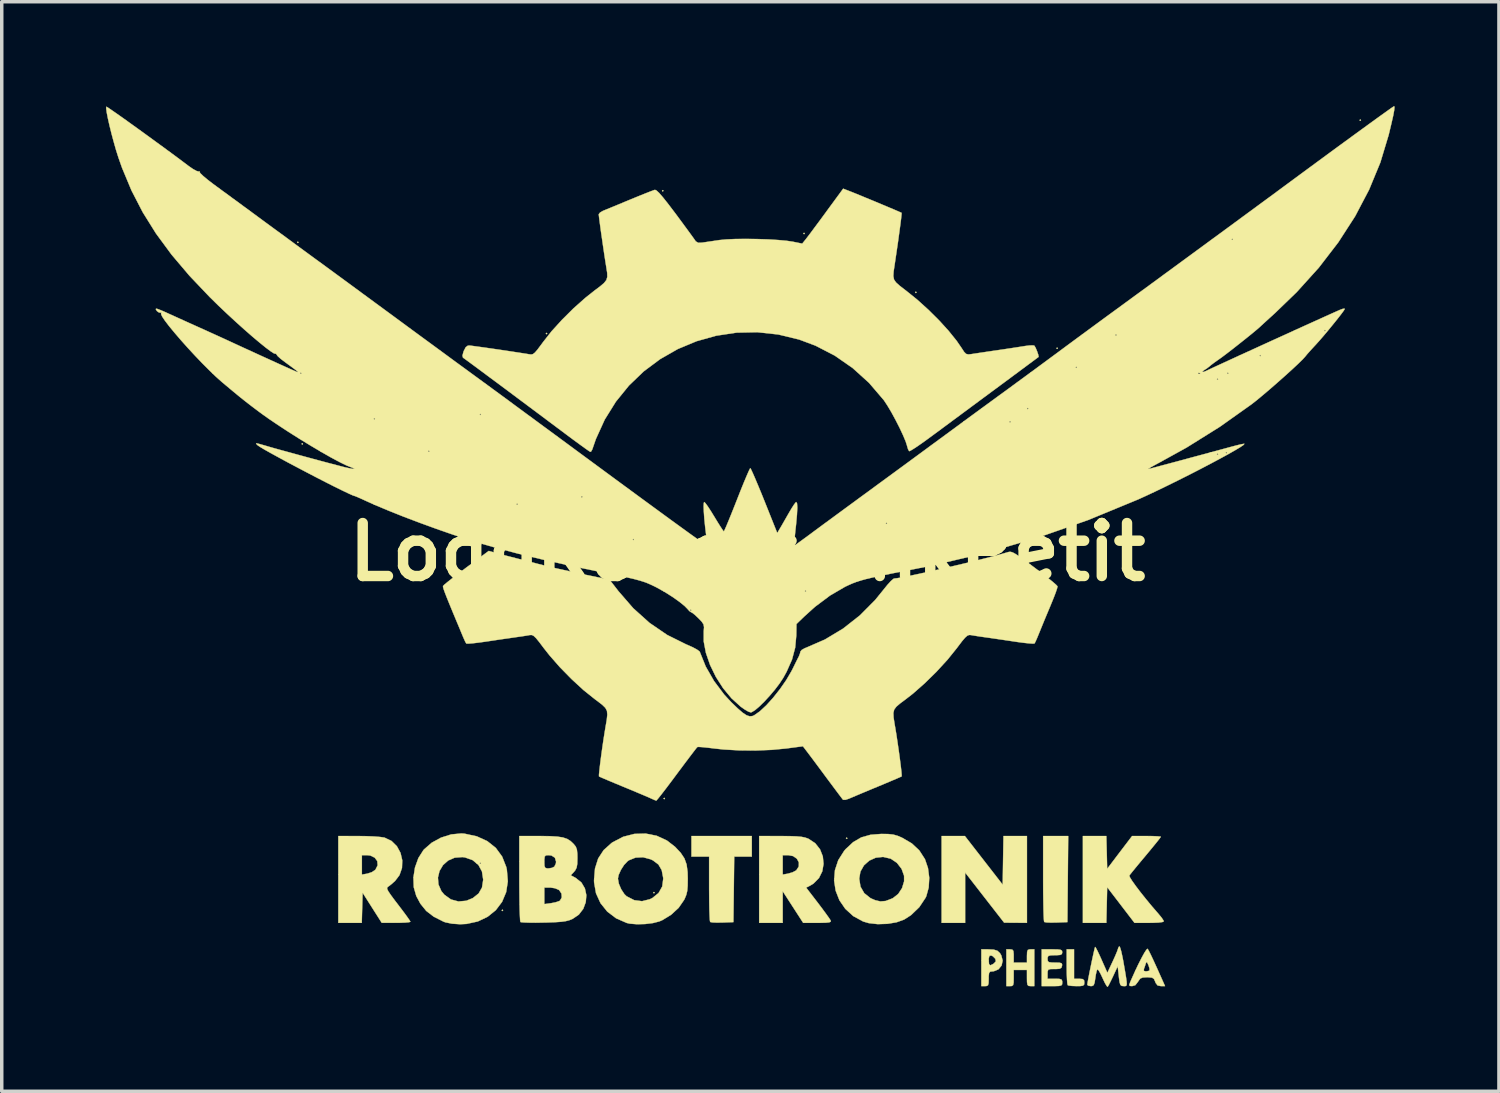
<source format=kicad_pcb>
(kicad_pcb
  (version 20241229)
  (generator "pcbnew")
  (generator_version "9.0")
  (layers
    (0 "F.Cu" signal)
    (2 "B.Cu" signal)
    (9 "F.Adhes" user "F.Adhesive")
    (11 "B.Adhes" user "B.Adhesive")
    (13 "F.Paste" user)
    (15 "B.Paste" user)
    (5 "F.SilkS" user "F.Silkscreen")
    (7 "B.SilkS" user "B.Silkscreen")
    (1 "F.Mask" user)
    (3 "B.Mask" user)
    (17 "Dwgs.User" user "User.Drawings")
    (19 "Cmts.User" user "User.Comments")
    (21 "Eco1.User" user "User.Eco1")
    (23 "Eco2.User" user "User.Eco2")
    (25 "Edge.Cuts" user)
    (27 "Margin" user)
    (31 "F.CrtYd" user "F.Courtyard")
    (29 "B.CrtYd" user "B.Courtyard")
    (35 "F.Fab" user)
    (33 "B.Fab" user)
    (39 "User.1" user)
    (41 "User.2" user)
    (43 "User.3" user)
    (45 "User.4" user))
  (footprint "LogoRobotronikPetit"
    (layer "F.Cu")
    (at 18.452 12.832)
    (property "Reference" "LogoRobotronikPetit" (at 0 0 0) (layer "F.SilkS") (effects (font (size 1.524 1.524) (thickness 0.3))))
    (attr through_hole)
    (fp_poly (pts (xy -12.912 -8.911) (xy -12.933 -8.89) (xy -12.954 -8.911) (xy -12.933 -8.932) (xy -12.912 -8.911)) (stroke (width 0.01) (type solid)) (fill yes) (layer "F.SilkS"))
    (fp_poly (pts (xy -12.785 -3.111) (xy -12.806 -3.09) (xy -12.827 -3.111) (xy -12.806 -3.133) (xy -12.785 -3.111)) (stroke (width 0.01) (type solid)) (fill yes) (layer "F.SilkS"))
    (fp_poly (pts (xy -7.027 10.308) (xy -7.048 10.329) (xy -7.07 10.308) (xy -7.048 10.287) (xy -7.027 10.308)) (stroke (width 0.01) (type solid)) (fill yes) (layer "F.SilkS"))
    (fp_poly (pts (xy -5.757 -6.287) (xy -5.779 -6.265) (xy -5.8 -6.287) (xy -5.779 -6.308) (xy -5.757 -6.287)) (stroke (width 0.01) (type solid)) (fill yes) (layer "F.SilkS"))
    (fp_poly (pts (xy -2.667 9.8) (xy -2.688 9.821) (xy -2.709 9.8) (xy -2.688 9.779) (xy -2.667 9.8)) (stroke (width 0.01) (type solid)) (fill yes) (layer "F.SilkS"))
    (fp_poly (pts (xy -2.413 -10.393) (xy -2.434 -10.372) (xy -2.455 -10.393) (xy -2.434 -10.414) (xy -2.413 -10.393)) (stroke (width 0.01) (type solid)) (fill yes) (layer "F.SilkS"))
    (fp_poly (pts (xy -2.371 7.091) (xy -2.392 7.112) (xy -2.413 7.091) (xy -2.392 7.07) (xy -2.371 7.091)) (stroke (width 0.01) (type solid)) (fill yes) (layer "F.SilkS"))
    (fp_poly (pts (xy 1.651 -9.165) (xy 1.63 -9.144) (xy 1.609 -9.165) (xy 1.63 -9.186) (xy 1.651 -9.165)) (stroke (width 0.01) (type solid)) (fill yes) (layer "F.SilkS"))
    (fp_poly (pts (xy 2.879 8.234) (xy 2.857 8.255) (xy 2.836 8.234) (xy 2.857 8.213) (xy 2.879 8.234)) (stroke (width 0.01) (type solid)) (fill yes) (layer "F.SilkS"))
    (fp_poly (pts (xy 4.868 -7.472) (xy 4.847 -7.451) (xy 4.826 -7.472) (xy 4.847 -7.493) (xy 4.868 -7.472)) (stroke (width 0.01) (type solid)) (fill yes) (layer "F.SilkS"))
    (fp_poly (pts (xy 8.932 -5.863) (xy 8.911 -5.842) (xy 8.89 -5.863) (xy 8.911 -5.884) (xy 8.932 -5.863)) (stroke (width 0.01) (type solid)) (fill yes) (layer "F.SilkS"))
    (fp_poly (pts (xy 17.653 -12.425) (xy 17.632 -12.404) (xy 17.611 -12.425) (xy 17.632 -12.446) (xy 17.653 -12.425)) (stroke (width 0.01) (type solid)) (fill yes) (layer "F.SilkS"))
    (fp_poly (pts (xy 6.801 8.87) (xy 7.345 9.57) (xy 7.356 8.87) (xy 7.368 8.17) (xy 8.043 8.17) (xy 8.043 10.668) (xy 7.715 10.665) (xy 7.387 10.663) (xy 6.826 9.942) (xy 6.265 9.22) (xy 6.265 10.668) (xy 5.588 10.668) (xy 5.588 8.17) (xy 6.257 8.17) (xy 6.801 8.87)) (stroke (width 0.01) (type solid)) (fill yes) (layer "F.SilkS"))
    (fp_poly (pts (xy 9.207 10.647) (xy 8.888 10.659) (xy 8.731 10.661) (xy 8.608 10.656) (xy 8.542 10.644) (xy 8.539 10.641) (xy 8.531 10.593) (xy 8.524 10.471) (xy 8.518 10.286) (xy 8.514 10.049) (xy 8.51 9.771) (xy 8.509 9.462) (xy 8.509 9.391) (xy 8.509 8.17) (xy 9.23 8.17) (xy 9.207 10.647)) (stroke (width 0.01) (type solid)) (fill yes) (layer "F.SilkS"))
    (fp_poly (pts (xy 0.127 8.763) (xy -0.379 8.763) (xy -0.402 10.647) (xy -0.722 10.659) (xy -0.879 10.661) (xy -1.002 10.656) (xy -1.067 10.644) (xy -1.071 10.641) (xy -1.08 10.592) (xy -1.087 10.471) (xy -1.094 10.29) (xy -1.098 10.063) (xy -1.1 9.801) (xy -1.101 9.687) (xy -1.101 8.763) (xy -1.609 8.763) (xy -1.609 8.17) (xy 0.127 8.17) (xy 0.127 8.763)) (stroke (width 0.01) (type solid)) (fill yes) (layer "F.SilkS"))
    (fp_poly (pts (xy 9.398 12.277) (xy 9.546 12.277) (xy 9.646 12.285) (xy 9.687 12.32) (xy 9.694 12.383) (xy 9.688 12.444) (xy 9.655 12.475) (xy 9.575 12.487) (xy 9.469 12.488) (xy 9.337 12.483) (xy 9.242 12.471) (xy 9.215 12.46) (xy 9.204 12.409) (xy 9.195 12.291) (xy 9.188 12.124) (xy 9.186 11.931) (xy 9.186 11.43) (xy 9.398 11.43) (xy 9.398 12.277)) (stroke (width 0.01) (type solid)) (fill yes) (layer "F.SilkS"))
    (fp_poly (pts (xy 7.622 11.438) (xy 7.653 11.477) (xy 7.662 11.569) (xy 7.662 11.62) (xy 7.662 11.811) (xy 8.043 11.811) (xy 8.043 11.62) (xy 8.048 11.503) (xy 8.069 11.447) (xy 8.121 11.431) (xy 8.149 11.43) (xy 8.255 11.43) (xy 8.255 12.488) (xy 8.149 12.488) (xy 8.089 12.482) (xy 8.057 12.45) (xy 8.045 12.372) (xy 8.043 12.255) (xy 8.043 12.023) (xy 7.662 12.023) (xy 7.662 12.255) (xy 7.66 12.389) (xy 7.645 12.458) (xy 7.609 12.485) (xy 7.556 12.488) (xy 7.451 12.488) (xy 7.451 11.43) (xy 7.556 11.43) (xy 7.622 11.438)) (stroke (width 0.01) (type solid)) (fill yes) (layer "F.SilkS"))
    (fp_poly (pts (xy 7.085 11.438) (xy 7.193 11.471) (xy 7.266 11.539) (xy 7.305 11.604) (xy 7.344 11.756) (xy 7.313 11.896) (xy 7.224 12.005) (xy 7.089 12.061) (xy 7.039 12.065) (xy 6.982 12.073) (xy 6.953 12.113) (xy 6.943 12.205) (xy 6.943 12.277) (xy 6.939 12.402) (xy 6.922 12.465) (xy 6.879 12.486) (xy 6.837 12.488) (xy 6.731 12.488) (xy 6.731 11.744) (xy 6.943 11.744) (xy 6.952 11.855) (xy 6.988 11.89) (xy 7.063 11.856) (xy 7.093 11.835) (xy 7.149 11.774) (xy 7.134 11.706) (xy 7.129 11.697) (xy 7.059 11.627) (xy 7.012 11.607) (xy 6.964 11.617) (xy 6.945 11.684) (xy 6.943 11.744) (xy 6.731 11.744) (xy 6.731 11.43) (xy 6.918 11.43) (xy 7.085 11.438)) (stroke (width 0.01) (type solid)) (fill yes) (layer "F.SilkS"))
    (fp_poly (pts (xy 10.339 8.642) (xy 10.351 9.114) (xy 10.709 8.642) (xy 11.068 8.17) (xy 11.482 8.17) (xy 11.657 8.172) (xy 11.796 8.178) (xy 11.88 8.186) (xy 11.896 8.191) (xy 11.87 8.229) (xy 11.799 8.32) (xy 11.691 8.453) (xy 11.556 8.617) (xy 11.458 8.735) (xy 11.307 8.915) (xy 11.175 9.075) (xy 11.071 9.202) (xy 11.006 9.284) (xy 10.989 9.307) (xy 11.004 9.356) (xy 11.067 9.458) (xy 11.171 9.604) (xy 11.307 9.783) (xy 11.467 9.984) (xy 11.645 10.199) (xy 11.832 10.415) (xy 11.84 10.425) (xy 11.921 10.524) (xy 11.972 10.602) (xy 11.98 10.626) (xy 11.94 10.645) (xy 11.828 10.66) (xy 11.656 10.667) (xy 11.559 10.668) (xy 11.137 10.668) (xy 10.744 10.155) (xy 10.351 9.642) (xy 10.339 10.155) (xy 10.327 10.668) (xy 9.652 10.668) (xy 9.652 8.17) (xy 10.327 8.17) (xy 10.339 8.642)) (stroke (width 0.01) (type solid)) (fill yes) (layer "F.SilkS"))
    (fp_poly (pts (xy 8.919 11.432) (xy 9.008 11.443) (xy 9.049 11.466) (xy 9.059 11.508) (xy 9.059 11.515) (xy 9.048 11.565) (xy 9.001 11.591) (xy 8.897 11.599) (xy 8.848 11.599) (xy 8.722 11.603) (xy 8.659 11.62) (xy 8.638 11.663) (xy 8.636 11.705) (xy 8.643 11.768) (xy 8.677 11.799) (xy 8.761 11.81) (xy 8.851 11.811) (xy 8.977 11.814) (xy 9.038 11.83) (xy 9.055 11.868) (xy 9.052 11.905) (xy 9.033 11.962) (xy 8.982 11.989) (xy 8.876 11.997) (xy 8.837 11.996) (xy 8.716 11.998) (xy 8.657 12.016) (xy 8.638 12.066) (xy 8.636 12.135) (xy 8.636 12.277) (xy 8.848 12.277) (xy 8.973 12.28) (xy 9.036 12.298) (xy 9.057 12.34) (xy 9.059 12.383) (xy 9.055 12.438) (xy 9.03 12.469) (xy 8.965 12.484) (xy 8.842 12.488) (xy 8.763 12.488) (xy 8.467 12.488) (xy 8.467 11.43) (xy 8.763 11.43) (xy 8.919 11.432)) (stroke (width 0.01) (type solid)) (fill yes) (layer "F.SilkS"))
    (fp_poly (pts (xy 0.963 8.171) (xy 1.223 8.173) (xy 1.414 8.18) (xy 1.554 8.193) (xy 1.659 8.214) (xy 1.746 8.244) (xy 1.76 8.251) (xy 1.953 8.379) (xy 2.09 8.553) (xy 2.17 8.756) (xy 2.191 8.972) (xy 2.155 9.185) (xy 2.059 9.379) (xy 1.903 9.537) (xy 1.814 9.592) (xy 1.691 9.655) (xy 2.034 10.101) (xy 2.163 10.272) (xy 2.273 10.422) (xy 2.355 10.537) (xy 2.396 10.602) (xy 2.399 10.607) (xy 2.396 10.636) (xy 2.353 10.654) (xy 2.256 10.664) (xy 2.093 10.668) (xy 2.014 10.668) (xy 1.605 10.668) (xy 1.016 9.758) (xy 1.016 10.668) (xy 0.339 10.668) (xy 0.339 8.721) (xy 1.016 8.721) (xy 1.016 9.28) (xy 1.175 9.251) (xy 1.301 9.214) (xy 1.399 9.162) (xy 1.408 9.155) (xy 1.479 9.046) (xy 1.481 8.928) (xy 1.423 8.822) (xy 1.315 8.747) (xy 1.179 8.721) (xy 1.016 8.721) (xy 0.339 8.721) (xy 0.339 8.17) (xy 0.963 8.171)) (stroke (width 0.01) (type solid)) (fill yes) (layer "F.SilkS"))
    (fp_poly (pts (xy 11.515 11.414) (xy 11.545 11.465) (xy 11.602 11.577) (xy 11.677 11.736) (xy 11.764 11.926) (xy 11.784 11.97) (xy 12.016 12.488) (xy 11.897 12.488) (xy 11.802 12.469) (xy 11.746 12.397) (xy 11.733 12.361) (xy 11.697 12.282) (xy 11.643 12.245) (xy 11.542 12.235) (xy 11.497 12.234) (xy 11.373 12.241) (xy 11.301 12.272) (xy 11.249 12.344) (xy 11.239 12.361) (xy 11.161 12.461) (xy 11.069 12.488) (xy 11.001 12.483) (xy 10.985 12.453) (xy 11.013 12.374) (xy 11.023 12.351) (xy 11.136 12.098) (xy 11.159 12.049) (xy 11.404 12.049) (xy 11.465 12.065) (xy 11.544 12.051) (xy 11.57 12.033) (xy 11.567 11.976) (xy 11.537 11.881) (xy 11.536 11.88) (xy 11.499 11.803) (xy 11.476 11.8) (xy 11.462 11.837) (xy 11.426 11.947) (xy 11.409 11.991) (xy 11.404 12.049) (xy 11.159 12.049) (xy 11.243 11.87) (xy 11.341 11.677) (xy 11.422 11.529) (xy 11.482 11.438) (xy 11.514 11.413) (xy 11.515 11.414)) (stroke (width 0.01) (type solid)) (fill yes) (layer "F.SilkS"))
    (fp_poly (pts (xy -11.187 8.171) (xy -10.957 8.174) (xy -10.743 8.183) (xy -10.567 8.197) (xy -10.45 8.214) (xy -10.437 8.217) (xy -10.237 8.313) (xy -10.083 8.465) (xy -9.979 8.656) (xy -9.929 8.87) (xy -9.937 9.089) (xy -10.009 9.295) (xy -10.133 9.459) (xy -10.234 9.55) (xy -10.321 9.618) (xy -10.341 9.631) (xy -10.364 9.655) (xy -10.363 9.695) (xy -10.33 9.761) (xy -10.26 9.865) (xy -10.147 10.018) (xy -10.054 10.139) (xy -9.924 10.31) (xy -9.815 10.457) (xy -9.736 10.568) (xy -9.697 10.629) (xy -9.695 10.636) (xy -9.734 10.65) (xy -9.84 10.66) (xy -9.994 10.666) (xy -10.107 10.667) (xy -10.52 10.666) (xy -10.795 10.234) (xy -11.07 9.801) (xy -11.082 10.235) (xy -11.094 10.668) (xy -11.769 10.668) (xy -11.769 8.721) (xy -11.091 8.721) (xy -11.091 9.28) (xy -10.933 9.252) (xy -10.807 9.211) (xy -10.708 9.146) (xy -10.7 9.137) (xy -10.637 9.012) (xy -10.648 8.891) (xy -10.722 8.792) (xy -10.849 8.731) (xy -10.943 8.721) (xy -11.091 8.721) (xy -11.769 8.721) (xy -11.769 8.17) (xy -11.187 8.171)) (stroke (width 0.01) (type solid)) (fill yes) (layer "F.SilkS"))
    (fp_poly (pts (xy 4.051 8.113) (xy 4.199 8.129) (xy 4.327 8.166) (xy 4.447 8.217) (xy 4.73 8.382) (xy 4.945 8.583) (xy 5.107 8.833) (xy 5.11 8.84) (xy 5.196 9.092) (xy 5.232 9.372) (xy 5.216 9.651) (xy 5.148 9.899) (xy 5.125 9.948) (xy 4.944 10.219) (xy 4.705 10.448) (xy 4.508 10.574) (xy 4.292 10.652) (xy 4.029 10.696) (xy 3.752 10.705) (xy 3.493 10.676) (xy 3.331 10.629) (xy 3.046 10.474) (xy 2.817 10.265) (xy 2.647 10.017) (xy 2.539 9.741) (xy 2.495 9.449) (xy 2.5 9.395) (xy 3.217 9.395) (xy 3.254 9.627) (xy 3.362 9.815) (xy 3.541 9.957) (xy 3.67 10.015) (xy 3.826 10.052) (xy 3.978 10.039) (xy 4.156 9.971) (xy 4.191 9.954) (xy 4.339 9.837) (xy 4.45 9.668) (xy 4.509 9.473) (xy 4.508 9.313) (xy 4.436 9.114) (xy 4.302 8.942) (xy 4.128 8.824) (xy 4.12 8.821) (xy 3.905 8.771) (xy 3.695 8.793) (xy 3.507 8.877) (xy 3.354 9.014) (xy 3.252 9.193) (xy 3.217 9.395) (xy 2.5 9.395) (xy 2.519 9.153) (xy 2.614 8.866) (xy 2.783 8.599) (xy 2.825 8.549) (xy 3.043 8.346) (xy 3.276 8.21) (xy 3.545 8.134) (xy 3.852 8.11) (xy 4.051 8.113)) (stroke (width 0.01) (type solid)) (fill yes) (layer "F.SilkS"))
    (fp_poly (pts (xy 10.725 11.384) (xy 10.756 11.489) (xy 10.79 11.644) (xy 10.816 11.779) (xy 10.861 12.038) (xy 10.892 12.225) (xy 10.91 12.351) (xy 10.915 12.429) (xy 10.906 12.47) (xy 10.883 12.486) (xy 10.848 12.489) (xy 10.824 12.488) (xy 10.767 12.482) (xy 10.731 12.452) (xy 10.709 12.38) (xy 10.69 12.246) (xy 10.686 12.203) (xy 10.654 11.917) (xy 10.523 12.2) (xy 10.455 12.341) (xy 10.4 12.45) (xy 10.367 12.506) (xy 10.366 12.509) (xy 10.338 12.486) (xy 10.288 12.402) (xy 10.227 12.275) (xy 10.221 12.26) (xy 10.158 12.128) (xy 10.105 12.037) (xy 10.072 12.004) (xy 10.07 12.005) (xy 10.048 12.054) (xy 10.024 12.161) (xy 10.01 12.256) (xy 9.989 12.39) (xy 9.963 12.46) (xy 9.92 12.485) (xy 9.88 12.488) (xy 9.803 12.474) (xy 9.779 12.448) (xy 9.787 12.389) (xy 9.809 12.269) (xy 9.84 12.109) (xy 9.877 11.928) (xy 9.915 11.744) (xy 9.951 11.577) (xy 9.981 11.446) (xy 10 11.371) (xy 10.005 11.36) (xy 10.027 11.389) (xy 10.075 11.48) (xy 10.14 11.618) (xy 10.188 11.725) (xy 10.357 12.106) (xy 10.512 11.774) (xy 10.583 11.618) (xy 10.637 11.489) (xy 10.665 11.407) (xy 10.668 11.393) (xy 10.693 11.348) (xy 10.704 11.345) (xy 10.725 11.384)) (stroke (width 0.01) (type solid)) (fill yes) (layer "F.SilkS"))
    (fp_poly (pts (xy -8.141 8.102) (xy -7.785 8.179) (xy -7.483 8.317) (xy -7.238 8.512) (xy -7.055 8.762) (xy -6.937 9.062) (xy -6.92 9.139) (xy -6.892 9.474) (xy -6.94 9.784) (xy -7.057 10.063) (xy -7.237 10.302) (xy -7.473 10.493) (xy -7.756 10.628) (xy -8.082 10.699) (xy -8.267 10.708) (xy -8.497 10.692) (xy -8.688 10.653) (xy -8.742 10.633) (xy -9.023 10.491) (xy -9.239 10.325) (xy -9.406 10.119) (xy -9.526 9.895) (xy -9.598 9.645) (xy -9.608 9.365) (xy -8.903 9.365) (xy -8.888 9.563) (xy -8.805 9.754) (xy -8.717 9.86) (xy -8.528 9.995) (xy -8.313 10.053) (xy -8.087 10.033) (xy -7.9 9.956) (xy -7.732 9.823) (xy -7.635 9.653) (xy -7.601 9.432) (xy -7.601 9.422) (xy -7.636 9.19) (xy -7.74 9) (xy -7.796 8.954) (xy -7.705 8.954) (xy -7.684 8.975) (xy -7.662 8.954) (xy -7.684 8.932) (xy -7.705 8.954) (xy -7.796 8.954) (xy -7.905 8.863) (xy -8.124 8.786) (xy -8.199 8.776) (xy -8.421 8.793) (xy -8.609 8.875) (xy -8.757 9.007) (xy -8.857 9.175) (xy -8.903 9.365) (xy -9.608 9.365) (xy -9.608 9.364) (xy -9.563 9.076) (xy -9.466 8.805) (xy -9.32 8.575) (xy -9.302 8.555) (xy -9.082 8.363) (xy -8.813 8.216) (xy -8.521 8.124) (xy -8.231 8.096) (xy -8.141 8.102)) (stroke (width 0.01) (type solid)) (fill yes) (layer "F.SilkS"))
    (fp_poly (pts (xy -2.609 8.163) (xy -2.315 8.299) (xy -2.081 8.48) (xy -1.92 8.652) (xy -1.812 8.813) (xy -1.749 8.989) (xy -1.72 9.205) (xy -1.715 9.398) (xy -1.718 9.601) (xy -1.73 9.747) (xy -1.757 9.861) (xy -1.802 9.971) (xy -1.82 10.007) (xy -1.977 10.235) (xy -2.195 10.436) (xy -2.447 10.59) (xy -2.531 10.626) (xy -2.716 10.674) (xy -2.943 10.702) (xy -3.176 10.708) (xy -3.383 10.691) (xy -3.471 10.671) (xy -3.777 10.537) (xy -4.031 10.344) (xy -4.226 10.101) (xy -4.355 9.818) (xy -4.41 9.504) (xy -4.412 9.446) (xy -4.408 9.395) (xy -3.725 9.395) (xy -3.699 9.541) (xy -3.631 9.701) (xy -3.54 9.84) (xy -3.476 9.903) (xy -3.255 10.016) (xy -3.031 10.045) (xy -2.806 9.989) (xy -2.731 9.952) (xy -2.555 9.809) (xy -2.45 9.623) (xy -2.421 9.4) (xy -2.423 9.37) (xy -2.465 9.151) (xy -2.559 8.99) (xy -2.715 8.872) (xy -2.781 8.84) (xy -3 8.781) (xy -3.217 8.791) (xy -3.409 8.868) (xy -3.448 8.896) (xy -3.548 9.002) (xy -3.639 9.145) (xy -3.705 9.292) (xy -3.725 9.395) (xy -4.408 9.395) (xy -4.384 9.105) (xy -4.293 8.817) (xy -4.136 8.576) (xy -3.91 8.373) (xy -3.877 8.35) (xy -3.574 8.192) (xy -3.252 8.109) (xy -2.926 8.1) (xy -2.609 8.163)) (stroke (width 0.01) (type solid)) (fill yes) (layer "F.SilkS"))
    (fp_poly (pts (xy -5.683 8.174) (xy -5.467 8.187) (xy -5.306 8.212) (xy -5.183 8.254) (xy -5.084 8.317) (xy -4.996 8.401) (xy -4.937 8.476) (xy -4.905 8.56) (xy -4.892 8.681) (xy -4.89 8.805) (xy -4.894 8.971) (xy -4.913 9.079) (xy -4.952 9.157) (xy -4.985 9.197) (xy -5.081 9.299) (xy -4.938 9.377) (xy -4.776 9.506) (xy -4.675 9.677) (xy -4.633 9.871) (xy -4.65 10.073) (xy -4.722 10.266) (xy -4.85 10.432) (xy -5.032 10.556) (xy -5.034 10.556) (xy -5.125 10.593) (xy -5.226 10.619) (xy -5.354 10.637) (xy -5.526 10.649) (xy -5.759 10.658) (xy -5.863 10.66) (xy -6.087 10.664) (xy -6.281 10.662) (xy -6.429 10.657) (xy -6.515 10.649) (xy -6.53 10.643) (xy -6.538 10.594) (xy -6.545 10.472) (xy -6.552 10.286) (xy -6.557 10.049) (xy -6.56 9.77) (xy -6.561 9.652) (xy -5.842 9.652) (xy -5.842 10.129) (xy -5.645 10.102) (xy -5.515 10.076) (xy -5.415 10.042) (xy -5.391 10.028) (xy -5.34 9.937) (xy -5.348 9.826) (xy -5.413 9.729) (xy -5.428 9.718) (xy -5.534 9.673) (xy -5.668 9.652) (xy -5.682 9.652) (xy -5.842 9.652) (xy -6.561 9.652) (xy -6.562 9.462) (xy -6.562 9.391) (xy -6.562 8.911) (xy -5.842 8.911) (xy -5.838 9.028) (xy -5.817 9.084) (xy -5.764 9.101) (xy -5.723 9.102) (xy -5.618 9.085) (xy -5.554 9.051) (xy -5.512 8.968) (xy -5.503 8.911) (xy -5.537 8.795) (xy -5.636 8.731) (xy -5.723 8.721) (xy -5.796 8.727) (xy -5.831 8.761) (xy -5.841 8.846) (xy -5.842 8.911) (xy -6.562 8.911) (xy -6.562 8.17) (xy -5.968 8.17) (xy -5.683 8.174)) (stroke (width 0.01) (type solid)) (fill yes) (layer "F.SilkS"))
    (fp_poly (pts (xy 2.955 -10.377) (xy 3.068 -10.332) (xy 3.228 -10.267) (xy 3.42 -10.187) (xy 3.63 -10.101) (xy 3.842 -10.012) (xy 4.042 -9.928) (xy 4.216 -9.855) (xy 4.348 -9.798) (xy 4.424 -9.764) (xy 4.437 -9.758) (xy 4.435 -9.714) (xy 4.423 -9.598) (xy 4.401 -9.423) (xy 4.371 -9.201) (xy 4.336 -8.943) (xy 4.295 -8.662) (xy 4.252 -8.371) (xy 4.235 -8.255) (xy 4.207 -8.07) (xy 4.199 -7.939) (xy 4.218 -7.841) (xy 4.275 -7.757) (xy 4.378 -7.664) (xy 4.537 -7.541) (xy 4.561 -7.523) (xy 4.885 -7.262) (xy 5.208 -6.97) (xy 5.515 -6.665) (xy 5.792 -6.36) (xy 6.023 -6.073) (xy 6.161 -5.872) (xy 6.236 -5.757) (xy 6.294 -5.7) (xy 6.358 -5.685) (xy 6.435 -5.693) (xy 6.532 -5.708) (xy 6.692 -5.732) (xy 6.894 -5.762) (xy 7.117 -5.795) (xy 7.154 -5.8) (xy 7.392 -5.835) (xy 7.624 -5.87) (xy 7.825 -5.901) (xy 7.971 -5.924) (xy 7.978 -5.926) (xy 8.116 -5.943) (xy 8.218 -5.946) (xy 8.257 -5.937) (xy 8.293 -5.875) (xy 8.333 -5.78) (xy 8.366 -5.685) (xy 8.379 -5.622) (xy 8.377 -5.613) (xy 8.341 -5.586) (xy 8.244 -5.514) (xy 8.094 -5.403) (xy 7.899 -5.258) (xy 7.668 -5.087) (xy 7.407 -4.893) (xy 7.133 -4.691) (xy 6.817 -4.457) (xy 6.494 -4.218) (xy 6.177 -3.983) (xy 5.879 -3.763) (xy 5.615 -3.567) (xy 5.397 -3.406) (xy 5.297 -3.332) (xy 5.1 -3.188) (xy 4.925 -3.065) (xy 4.785 -2.972) (xy 4.691 -2.915) (xy 4.655 -2.901) (xy 4.624 -2.953) (xy 4.594 -3.052) (xy 4.593 -3.059) (xy 4.553 -3.184) (xy 4.478 -3.362) (xy 4.379 -3.574) (xy 4.264 -3.799) (xy 4.144 -4.02) (xy 4.028 -4.215) (xy 3.927 -4.368) (xy 3.916 -4.381) (xy 3.499 -4.868) (xy 3.029 -5.293) (xy 2.514 -5.651) (xy 1.961 -5.937) (xy 1.491 -6.113) (xy 0.888 -6.259) (xy 0.285 -6.324) (xy -0.312 -6.312) (xy -0.896 -6.224) (xy -1.461 -6.066) (xy -2.001 -5.841) (xy -2.51 -5.55) (xy -2.981 -5.199) (xy -3.407 -4.79) (xy -3.783 -4.327) (xy -4.103 -3.813) (xy -4.359 -3.251) (xy -4.462 -2.953) (xy -4.496 -2.892) (xy -4.518 -2.882) (xy -4.559 -2.907) (xy -4.659 -2.977) (xy -4.808 -3.085) (xy -4.997 -3.223) (xy -5.217 -3.387) (xy -5.459 -3.568) (xy -5.462 -3.57) (xy -5.711 -3.756) (xy -5.983 -3.96) (xy -6.271 -4.175) (xy -6.566 -4.395) (xy -6.859 -4.614) (xy -7.143 -4.826) (xy -7.41 -5.023) (xy -7.65 -5.202) (xy -7.855 -5.354) (xy -8.018 -5.474) (xy -8.13 -5.556) (xy -8.183 -5.594) (xy -8.183 -5.594) (xy -8.197 -5.652) (xy -8.166 -5.768) (xy -8.159 -5.785) (xy -8.103 -5.893) (xy -8.043 -5.937) (xy -7.994 -5.941) (xy -7.92 -5.932) (xy -7.78 -5.913) (xy -7.589 -5.887) (xy -7.365 -5.855) (xy -7.125 -5.82) (xy -6.884 -5.784) (xy -6.661 -5.75) (xy -6.472 -5.721) (xy -6.333 -5.699) (xy -6.281 -5.69) (xy -6.221 -5.683) (xy -6.169 -5.695) (xy -6.113 -5.738) (xy -6.04 -5.822) (xy -5.937 -5.96) (xy -5.879 -6.039) (xy -5.632 -6.353) (xy -5.331 -6.684) (xy -5.001 -7.012) (xy -4.662 -7.313) (xy -4.412 -7.512) (xy -4.239 -7.642) (xy -4.124 -7.74) (xy -4.057 -7.825) (xy -4.03 -7.915) (xy -4.033 -8.03) (xy -4.058 -8.189) (xy -4.065 -8.234) (xy -4.088 -8.377) (xy -4.117 -8.566) (xy -4.149 -8.783) (xy -4.182 -9.011) (xy -4.214 -9.232) (xy -4.241 -9.431) (xy -4.262 -9.59) (xy -4.274 -9.692) (xy -4.276 -9.718) (xy -4.24 -9.766) (xy -4.153 -9.817) (xy -4.138 -9.823) (xy -4.052 -9.858) (xy -3.905 -9.918) (xy -3.714 -9.997) (xy -3.496 -10.088) (xy -3.365 -10.142) (xy -3.146 -10.232) (xy -2.95 -10.311) (xy -2.793 -10.373) (xy -2.69 -10.411) (xy -2.659 -10.421) (xy -2.614 -10.401) (xy -2.537 -10.329) (xy -2.424 -10.198) (xy -2.272 -10.006) (xy -2.076 -9.748) (xy -2.052 -9.716) (xy -1.891 -9.498) (xy -1.747 -9.302) (xy -1.626 -9.137) (xy -1.538 -9.015) (xy -1.49 -8.946) (xy -1.484 -8.938) (xy -1.414 -8.897) (xy -1.308 -8.901) (xy -1.198 -8.917) (xy -1.035 -8.941) (xy -0.851 -8.968) (xy -0.808 -8.975) (xy -0.608 -8.994) (xy -0.348 -9.006) (xy -0.047 -9.009) (xy 0.272 -9.005) (xy 0.59 -8.995) (xy 0.884 -8.977) (xy 1.134 -8.954) (xy 1.307 -8.928) (xy 1.578 -8.873) (xy 1.679 -8.998) (xy 1.735 -9.071) (xy 1.832 -9.199) (xy 1.959 -9.37) (xy 2.107 -9.569) (xy 2.265 -9.784) (xy 2.268 -9.789) (xy 2.756 -10.454) (xy 2.955 -10.377)) (stroke (width 0.01) (type solid)) (fill yes) (layer "F.SilkS"))
    (fp_poly (pts (xy -7.076 0.07) (xy -5.673 0.431) (xy -4.72 0.641) (xy -4.521 0.681) (xy -4.334 0.72) (xy -4.188 0.75) (xy -4.135 0.761) (xy -4.022 0.791) (xy -3.948 0.824) (xy -3.94 0.831) (xy -3.9 0.881) (xy -3.824 0.978) (xy -3.727 1.103) (xy -3.713 1.122) (xy -3.283 1.618) (xy -2.814 2.039) (xy -2.308 2.385) (xy -1.764 2.655) (xy -1.729 2.67) (xy -1.573 2.739) (xy -1.449 2.806) (xy -1.377 2.86) (xy -1.368 2.874) (xy -1.198 3.295) (xy -0.959 3.712) (xy -0.667 4.101) (xy -0.466 4.318) (xy -0.278 4.499) (xy -0.135 4.623) (xy -0.024 4.696) (xy 0.065 4.726) (xy 0.144 4.719) (xy 0.197 4.696) (xy 0.359 4.582) (xy 0.545 4.409) (xy 0.742 4.191) (xy 0.937 3.944) (xy 1.117 3.685) (xy 1.268 3.428) (xy 1.311 3.344) (xy 1.383 3.197) (xy 1.445 3.072) (xy 1.484 2.997) (xy 1.484 2.996) (xy 1.518 2.906) (xy 1.524 2.867) (xy 1.56 2.819) (xy 1.65 2.767) (xy 1.683 2.755) (xy 2.23 2.517) (xy 2.751 2.204) (xy 3.236 1.823) (xy 3.676 1.38) (xy 3.916 1.084) (xy 4.028 0.945) (xy 4.127 0.836) (xy 4.2 0.772) (xy 4.224 0.762) (xy 4.312 0.752) (xy 4.47 0.724) (xy 4.687 0.681) (xy 4.95 0.625) (xy 5.249 0.559) (xy 5.572 0.486) (xy 5.906 0.408) (xy 6.24 0.329) (xy 6.562 0.251) (xy 6.86 0.176) (xy 7.124 0.108) (xy 7.34 0.049) (xy 7.48 0.008) (xy 7.53 -0.005) (xy 7.579 -0.005) (xy 7.639 0.014) (xy 7.719 0.058) (xy 7.832 0.132) (xy 7.987 0.244) (xy 8.196 0.4) (xy 8.263 0.45) (xy 8.466 0.604) (xy 8.644 0.743) (xy 8.787 0.859) (xy 8.883 0.943) (xy 8.922 0.985) (xy 8.923 0.986) (xy 8.911 1.042) (xy 8.872 1.16) (xy 8.81 1.322) (xy 8.732 1.513) (xy 8.719 1.545) (xy 8.625 1.768) (xy 8.532 1.992) (xy 8.451 2.19) (xy 8.395 2.328) (xy 8.337 2.469) (xy 8.289 2.578) (xy 8.261 2.63) (xy 8.26 2.631) (xy 8.211 2.635) (xy 8.094 2.627) (xy 7.928 2.609) (xy 7.728 2.582) (xy 7.705 2.578) (xy 7.465 2.542) (xy 7.219 2.506) (xy 7 2.474) (xy 6.858 2.454) (xy 6.687 2.43) (xy 6.535 2.406) (xy 6.435 2.389) (xy 6.43 2.388) (xy 6.378 2.386) (xy 6.326 2.407) (xy 6.263 2.463) (xy 6.177 2.564) (xy 6.057 2.722) (xy 6.029 2.76) (xy 5.76 3.094) (xy 5.443 3.44) (xy 5.103 3.774) (xy 4.764 4.073) (xy 4.561 4.231) (xy 4.397 4.353) (xy 4.287 4.447) (xy 4.224 4.531) (xy 4.2 4.629) (xy 4.206 4.76) (xy 4.235 4.946) (xy 4.252 5.043) (xy 4.286 5.249) (xy 4.32 5.477) (xy 4.354 5.711) (xy 4.385 5.938) (xy 4.411 6.141) (xy 4.43 6.305) (xy 4.439 6.414) (xy 4.439 6.454) (xy 4.397 6.474) (xy 4.289 6.521) (xy 4.129 6.589) (xy 3.93 6.673) (xy 3.747 6.749) (xy 3.513 6.846) (xy 3.296 6.937) (xy 3.113 7.014) (xy 2.981 7.07) (xy 2.925 7.094) (xy 2.824 7.128) (xy 2.757 7.129) (xy 2.75 7.125) (xy 2.717 7.082) (xy 2.641 6.982) (xy 2.53 6.834) (xy 2.392 6.649) (xy 2.234 6.437) (xy 2.162 6.339) (xy 2 6.121) (xy 1.856 5.928) (xy 1.737 5.77) (xy 1.65 5.656) (xy 1.603 5.595) (xy 1.596 5.588) (xy 1.554 5.594) (xy 1.444 5.608) (xy 1.285 5.629) (xy 1.122 5.651) (xy 0.704 5.691) (xy 0.239 5.71) (xy -0.237 5.706) (xy -0.688 5.68) (xy -0.948 5.652) (xy -1.137 5.629) (xy -1.294 5.613) (xy -1.401 5.606) (xy -1.438 5.609) (xy -1.471 5.646) (xy -1.546 5.743) (xy -1.656 5.887) (xy -1.794 6.07) (xy -1.952 6.281) (xy -2.033 6.39) (xy -2.197 6.61) (xy -2.344 6.805) (xy -2.468 6.966) (xy -2.56 7.082) (xy -2.613 7.144) (xy -2.622 7.152) (xy -2.673 7.133) (xy -2.765 7.092) (xy -2.773 7.088) (xy -2.854 7.052) (xy -2.997 6.991) (xy -3.187 6.911) (xy -3.407 6.819) (xy -3.577 6.749) (xy -3.799 6.657) (xy -3.992 6.576) (xy -4.143 6.512) (xy -4.24 6.469) (xy -4.269 6.455) (xy -4.27 6.409) (xy -4.259 6.295) (xy -4.24 6.128) (xy -4.214 5.922) (xy -4.183 5.694) (xy -4.149 5.459) (xy -4.114 5.232) (xy -4.083 5.043) (xy -4.046 4.829) (xy -4.03 4.678) (xy -4.04 4.569) (xy -4.087 4.481) (xy -4.176 4.394) (xy -4.317 4.286) (xy -4.391 4.231) (xy -4.719 3.968) (xy -5.061 3.653) (xy -5.395 3.312) (xy -5.697 2.967) (xy -5.86 2.76) (xy -5.988 2.59) (xy -6.079 2.478) (xy -6.146 2.414) (xy -6.199 2.387) (xy -6.25 2.387) (xy -6.261 2.388) (xy -6.357 2.405) (xy -6.506 2.428) (xy -6.677 2.452) (xy -6.689 2.454) (xy -6.861 2.479) (xy -7.087 2.511) (xy -7.333 2.548) (xy -7.535 2.578) (xy -7.737 2.606) (xy -7.908 2.626) (xy -8.03 2.635) (xy -8.087 2.632) (xy -8.088 2.631) (xy -8.118 2.578) (xy -8.164 2.476) (xy -8.191 2.413) (xy -8.257 2.254) (xy -8.324 2.092) (xy -8.341 2.053) (xy -8.474 1.734) (xy -8.577 1.484) (xy -8.653 1.296) (xy -8.706 1.159) (xy -8.739 1.067) (xy -8.755 1.01) (xy -8.757 0.98) (xy -8.756 0.977) (xy -8.719 0.939) (xy -8.625 0.861) (xy -8.483 0.749) (xy -8.306 0.613) (xy -8.104 0.46) (xy -8.092 0.451) (xy -7.441 -0.032) (xy -7.076 0.07)) (stroke (width 0.01) (type solid)) (fill yes) (layer "F.SilkS"))
    (fp_poly (pts (xy 18.617 -12.798) (xy 18.608 -12.708) (xy 18.579 -12.551) (xy 18.527 -12.323) (xy 18.454 -12.019) (xy 18.45 -12.002) (xy 18.21 -11.207) (xy 17.887 -10.426) (xy 17.484 -9.659) (xy 17.001 -8.911) (xy 16.441 -8.183) (xy 15.804 -7.478) (xy 15.184 -6.879) (xy 15.031 -6.74) (xy 14.895 -6.616) (xy 14.792 -6.522) (xy 14.74 -6.473) (xy 14.654 -6.398) (xy 14.518 -6.285) (xy 14.347 -6.147) (xy 14.158 -5.997) (xy 13.968 -5.847) (xy 13.793 -5.712) (xy 13.649 -5.604) (xy 13.568 -5.546) (xy 13.444 -5.459) (xy 13.344 -5.384) (xy 13.3 -5.346) (xy 13.215 -5.28) (xy 13.159 -5.246) (xy 13.1 -5.203) (xy 13.093 -5.181) (xy 13.139 -5.186) (xy 13.225 -5.223) (xy 13.234 -5.228) (xy 13.29 -5.255) (xy 13.414 -5.313) (xy 13.597 -5.397) (xy 13.829 -5.504) (xy 14.101 -5.629) (xy 14.151 -5.652) (xy 14.732 -5.652) (xy 14.753 -5.63) (xy 14.774 -5.652) (xy 14.753 -5.673) (xy 14.732 -5.652) (xy 14.151 -5.652) (xy 14.403 -5.767) (xy 14.727 -5.915) (xy 15.064 -6.069) (xy 15.403 -6.223) (xy 15.728 -6.371) (xy 16.595 -6.371) (xy 16.616 -6.35) (xy 16.637 -6.371) (xy 16.616 -6.392) (xy 16.595 -6.371) (xy 15.728 -6.371) (xy 15.736 -6.375) (xy 16.053 -6.519) (xy 16.345 -6.651) (xy 16.603 -6.768) (xy 16.818 -6.865) (xy 16.98 -6.937) (xy 17.05 -6.968) (xy 17.139 -7) (xy 17.185 -7) (xy 17.187 -6.996) (xy 17.161 -6.95) (xy 17.09 -6.853) (xy 16.986 -6.719) (xy 16.859 -6.561) (xy 16.721 -6.392) (xy 16.582 -6.226) (xy 16.452 -6.076) (xy 16.344 -5.956) (xy 16.336 -5.948) (xy 16.218 -5.82) (xy 16.11 -5.699) (xy 16.046 -5.621) (xy 15.971 -5.539) (xy 15.844 -5.415) (xy 15.676 -5.258) (xy 15.48 -5.08) (xy 15.267 -4.891) (xy 15.052 -4.703) (xy 14.845 -4.527) (xy 14.659 -4.372) (xy 14.506 -4.252) (xy 14.499 -4.247) (xy 13.593 -3.604) (xy 12.637 -3.007) (xy 11.873 -2.585) (xy 11.715 -2.5) (xy 11.599 -2.435) (xy 11.536 -2.395) (xy 11.536 -2.387) (xy 11.697 -2.429) (xy 11.917 -2.488) (xy 12.18 -2.558) (xy 12.471 -2.636) (xy 12.773 -2.718) (xy 13.071 -2.798) (xy 13.135 -2.815) (xy 13.504 -2.815) (xy 13.525 -2.794) (xy 13.547 -2.815) (xy 13.525 -2.836) (xy 13.504 -2.815) (xy 13.135 -2.815) (xy 13.292 -2.857) (xy 13.758 -2.857) (xy 13.78 -2.836) (xy 13.801 -2.857) (xy 13.78 -2.879) (xy 13.758 -2.857) (xy 13.292 -2.857) (xy 13.349 -2.873) (xy 13.592 -2.939) (xy 13.784 -2.991) (xy 13.905 -3.024) (xy 14.071 -3.068) (xy 14.204 -3.1) (xy 14.285 -3.114) (xy 14.299 -3.114) (xy 14.276 -3.083) (xy 14.184 -3.02) (xy 14.034 -2.93) (xy 13.834 -2.816) (xy 13.592 -2.684) (xy 13.317 -2.537) (xy 13.019 -2.381) (xy 12.705 -2.22) (xy 12.384 -2.059) (xy 12.066 -1.902) (xy 11.758 -1.753) (xy 11.47 -1.618) (xy 11.244 -1.515) (xy 9.806 -0.922) (xy 8.332 -0.406) (xy 6.824 0.033) (xy 5.28 0.395) (xy 4.868 0.477) (xy 4.448 0.559) (xy 4.102 0.627) (xy 3.819 0.685) (xy 3.59 0.735) (xy 3.405 0.779) (xy 3.255 0.821) (xy 3.129 0.861) (xy 3.018 0.904) (xy 2.912 0.951) (xy 2.812 0.998) (xy 2.378 1.251) (xy 1.943 1.577) (xy 1.627 1.863) (xy 1.412 2.071) (xy 1.407 2.401) (xy 1.375 2.749) (xy 1.285 3.09) (xy 1.129 3.443) (xy 1.032 3.619) (xy 0.927 3.779) (xy 0.794 3.955) (xy 0.644 4.132) (xy 0.49 4.3) (xy 0.344 4.443) (xy 0.218 4.55) (xy 0.124 4.607) (xy 0.097 4.614) (xy 0.025 4.589) (xy -0.086 4.524) (xy -0.192 4.449) (xy -0.458 4.207) (xy -0.699 3.916) (xy -0.907 3.591) (xy -1.074 3.247) (xy -1.193 2.902) (xy -1.256 2.571) (xy -1.256 2.28) (xy -1.247 2.162) (xy -1.262 2.08) (xy -1.315 2.001) (xy -1.404 1.908) (xy -1.503 1.814) (xy -1.58 1.752) (xy -1.611 1.736) (xy -1.661 1.705) (xy -1.691 1.672) (xy -1.651 1.672) (xy -1.63 1.693) (xy -1.609 1.672) (xy -1.63 1.651) (xy -1.651 1.672) (xy -1.691 1.672) (xy -1.702 1.66) (xy -1.8 1.558) (xy -1.956 1.431) (xy -2.152 1.292) (xy -2.369 1.154) (xy -2.427 1.122) (xy 1.651 1.122) (xy 1.672 1.143) (xy 1.693 1.122) (xy 1.672 1.101) (xy 1.651 1.122) (xy -2.427 1.122) (xy -2.59 1.03) (xy -2.646 1.001) (xy -2.758 0.947) (xy -2.863 0.9) (xy -2.973 0.859) (xy -3.1 0.819) (xy -3.253 0.778) (xy -3.445 0.733) (xy -3.687 0.682) (xy -3.99 0.62) (xy -4.339 0.55) (xy -5.124 0.388) (xy -5.873 0.22) (xy -6.578 0.051) (xy -7.225 -0.119) (xy -7.803 -0.286) (xy -8.022 -0.354) (xy -8.041 -0.36) (xy -3.302 -0.36) (xy -3.281 -0.339) (xy -3.26 -0.36) (xy -3.281 -0.381) (xy -3.302 -0.36) (xy -8.041 -0.36) (xy -8.476 -0.503) (xy -8.952 -0.669) (xy -9.432 -0.844) (xy -9.899 -1.021) (xy -10.334 -1.195) (xy -10.718 -1.357) (xy -10.761 -1.376) (xy -6.646 -1.376) (xy -6.625 -1.355) (xy -6.604 -1.376) (xy -6.625 -1.397) (xy -6.646 -1.376) (xy -10.761 -1.376) (xy -10.958 -1.464) (xy -11.104 -1.531) (xy -11.218 -1.582) (xy -11.233 -1.587) (xy -4.784 -1.587) (xy -4.763 -1.566) (xy -4.741 -1.587) (xy -4.763 -1.609) (xy -4.784 -1.587) (xy -11.233 -1.587) (xy -11.281 -1.607) (xy -11.287 -1.609) (xy -11.347 -1.628) (xy -11.47 -1.683) (xy -11.646 -1.767) (xy -11.866 -1.875) (xy -12.117 -2.002) (xy -12.39 -2.142) (xy -12.674 -2.29) (xy -12.959 -2.44) (xy -13.235 -2.586) (xy -13.489 -2.724) (xy -13.713 -2.847) (xy -13.896 -2.95) (xy -14.026 -3.028) (xy -14.094 -3.075) (xy -14.097 -3.078) (xy -14.127 -3.109) (xy -14.134 -3.126) (xy -14.105 -3.125) (xy -14.028 -3.106) (xy -13.89 -3.067) (xy -13.758 -3.028) (xy -13.611 -2.986) (xy -13.405 -2.929) (xy -13.156 -2.861) (xy -12.88 -2.785) (xy -12.593 -2.707) (xy -12.311 -2.631) (xy -12.05 -2.561) (xy -11.824 -2.502) (xy -11.651 -2.457) (xy -11.557 -2.433) (xy -11.424 -2.405) (xy -11.336 -2.392) (xy -11.304 -2.396) (xy -11.337 -2.416) (xy -11.395 -2.436) (xy -11.537 -2.493) (xy -11.737 -2.591) (xy -11.983 -2.723) (xy -12.264 -2.883) (xy -12.292 -2.9) (xy -9.186 -2.9) (xy -9.165 -2.879) (xy -9.144 -2.9) (xy -9.165 -2.921) (xy -9.186 -2.9) (xy -12.292 -2.9) (xy -12.568 -3.063) (xy -12.884 -3.256) (xy -13.199 -3.455) (xy -13.503 -3.654) (xy -13.764 -3.831) (xy -10.753 -3.831) (xy -10.732 -3.81) (xy -10.71 -3.831) (xy -10.732 -3.852) (xy -10.753 -3.831) (xy -13.764 -3.831) (xy -13.784 -3.844) (xy -13.943 -3.958) (xy -7.705 -3.958) (xy -7.684 -3.937) (xy -7.662 -3.958) (xy -7.684 -3.979) (xy -7.705 -3.958) (xy -13.943 -3.958) (xy -14.029 -4.02) (xy -14.069 -4.05) (xy -14.264 -4.197) (xy -14.435 -4.329) (xy -14.602 -4.462) (xy -14.784 -4.612) (xy -15.002 -4.794) (xy -15.113 -4.887) (xy -15.283 -5.038) (xy -15.393 -5.144) (xy -12.869 -5.144) (xy -12.848 -5.122) (xy -12.827 -5.144) (xy -12.848 -5.165) (xy -12.869 -5.144) (xy -15.393 -5.144) (xy -15.474 -5.222) (xy -15.68 -5.428) (xy -15.891 -5.649) (xy -16.1 -5.875) (xy -16.299 -6.098) (xy -16.48 -6.309) (xy -16.636 -6.498) (xy -16.758 -6.658) (xy -16.838 -6.778) (xy -16.869 -6.851) (xy -16.867 -6.863) (xy -16.86 -6.894) (xy -16.88 -6.886) (xy -16.93 -6.892) (xy -16.987 -6.933) (xy -17.019 -6.982) (xy -17.013 -7.002) (xy -16.97 -6.994) (xy -16.871 -6.956) (xy -16.736 -6.898) (xy -16.722 -6.891) (xy -16.581 -6.827) (xy -16.387 -6.739) (xy -16.16 -6.636) (xy -15.925 -6.53) (xy -15.854 -6.498) (xy -15.62 -6.393) (xy -15.389 -6.288) (xy -15.182 -6.194) (xy -15.022 -6.121) (xy -14.986 -6.104) (xy -14.767 -6.003) (xy -14.52 -5.889) (xy -14.257 -5.769) (xy -13.99 -5.646) (xy -13.73 -5.528) (xy -13.489 -5.418) (xy -13.279 -5.323) (xy -13.111 -5.248) (xy -12.999 -5.199) (xy -12.954 -5.18) (xy -12.929 -5.176) (xy -12.946 -5.198) (xy -13.012 -5.251) (xy -13.135 -5.342) (xy -13.303 -5.465) (xy -13.424 -5.557) (xy -13.511 -5.635) (xy -13.547 -5.683) (xy -13.547 -5.685) (xy -13.564 -5.709) (xy -13.573 -5.703) (xy -13.619 -5.714) (xy -13.718 -5.778) (xy -13.862 -5.886) (xy -14.042 -6.032) (xy -14.252 -6.209) (xy -14.483 -6.411) (xy -14.726 -6.63) (xy -14.974 -6.859) (xy -15.219 -7.091) (xy -15.453 -7.321) (xy -15.455 -7.322) (xy -16.048 -7.945) (xy -16.566 -8.556) (xy -17.013 -9.163) (xy -17.395 -9.775) (xy -17.719 -10.402) (xy -17.99 -11.051) (xy -18.095 -11.349) (xy -18.163 -11.564) (xy -18.23 -11.8) (xy -18.295 -12.041) (xy -18.352 -12.272) (xy -18.399 -12.48) (xy -18.432 -12.649) (xy -18.447 -12.765) (xy -18.443 -12.813) (xy -18.406 -12.793) (xy -18.311 -12.729) (xy -18.164 -12.627) (xy -17.976 -12.495) (xy -17.756 -12.337) (xy -17.511 -12.161) (xy -17.251 -11.973) (xy -16.985 -11.779) (xy -16.721 -11.586) (xy -16.468 -11.4) (xy -16.236 -11.227) (xy -16.074 -11.105) (xy -15.948 -11.018) (xy -15.845 -10.962) (xy -15.785 -10.947) (xy -15.782 -10.948) (xy -15.754 -10.951) (xy -15.761 -10.935) (xy -15.738 -10.897) (xy -15.657 -10.819) (xy -15.529 -10.712) (xy -15.365 -10.586) (xy -15.27 -10.516) (xy -15.06 -10.362) (xy -14.805 -10.175) (xy -14.529 -9.973) (xy -14.257 -9.773) (xy -14.076 -9.64) (xy -13.849 -9.473) (xy -13.572 -9.27) (xy -13.264 -9.045) (xy -12.945 -8.81) (xy -12.631 -8.58) (xy -12.425 -8.429) (xy -12.152 -8.23) (xy -11.827 -7.992) (xy -11.467 -7.728) (xy -11.089 -7.45) (xy -10.708 -7.17) (xy -10.341 -6.901) (xy -10.118 -6.737) (xy -9.777 -6.486) (xy -9.419 -6.223) (xy -9.057 -5.958) (xy -8.708 -5.702) (xy -8.387 -5.466) (xy -8.107 -5.262) (xy -7.938 -5.138) (xy -7.605 -4.895) (xy -7.327 -4.691) (xy -7.09 -4.518) (xy -6.879 -4.363) (xy -6.682 -4.217) (xy -6.483 -4.071) (xy -6.33 -3.958) (xy -6.173 -3.843) (xy -5.99 -3.708) (xy -5.834 -3.593) (xy -5.719 -3.509) (xy -5.551 -3.385) (xy -5.343 -3.232) (xy -5.112 -3.062) (xy -4.871 -2.884) (xy -4.799 -2.831) (xy -4.144 -2.349) (xy -3.557 -1.917) (xy -3.036 -1.535) (xy -2.581 -1.202) (xy -2.19 -0.916) (xy -1.863 -0.679) (xy -1.599 -0.488) (xy -1.397 -0.345) (xy -1.257 -0.247) (xy -1.177 -0.194) (xy -1.157 -0.184) (xy -1.157 -0.227) (xy -1.167 -0.332) (xy -1.184 -0.467) (xy -1.215 -0.723) (xy -1.239 -0.959) (xy -1.253 -1.162) (xy -1.259 -1.318) (xy -1.253 -1.415) (xy -1.241 -1.439) (xy -1.206 -1.405) (xy -1.138 -1.312) (xy -1.048 -1.174) (xy -0.951 -1.016) (xy -0.85 -0.85) (xy -0.765 -0.715) (xy -0.704 -0.624) (xy -0.677 -0.593) (xy -0.657 -0.631) (xy -0.61 -0.736) (xy -0.542 -0.899) (xy -0.457 -1.108) (xy -0.36 -1.351) (xy -0.3 -1.503) (xy -0.198 -1.762) (xy -0.105 -1.992) (xy -0.025 -2.182) (xy 0.036 -2.322) (xy 0.074 -2.4) (xy 0.084 -2.413) (xy 0.107 -2.375) (xy 0.156 -2.27) (xy 0.227 -2.107) (xy 0.315 -1.898) (xy 0.416 -1.654) (xy 0.486 -1.48) (xy 0.859 -0.547) (xy 0.929 -0.665) (xy 0.983 -0.756) (xy 1.063 -0.896) (xy 1.156 -1.058) (xy 1.186 -1.111) (xy 1.272 -1.257) (xy 1.345 -1.37) (xy 1.394 -1.432) (xy 1.405 -1.439) (xy 1.429 -1.398) (xy 1.436 -1.276) (xy 1.426 -1.074) (xy 1.401 -0.795) (xy 1.382 -0.627) (xy 1.36 -0.405) (xy 1.353 -0.265) (xy 1.363 -0.203) (xy 1.374 -0.201) (xy 1.423 -0.234) (xy 1.525 -0.308) (xy 1.669 -0.413) (xy 1.838 -0.537) (xy 1.884 -0.572) (xy 2.055 -0.698) (xy 2.228 -0.826) (xy 3.979 -0.826) (xy 4 -0.804) (xy 4.022 -0.826) (xy 4 -0.847) (xy 3.979 -0.826) (xy 2.228 -0.826) (xy 2.278 -0.862) (xy 2.535 -1.051) (xy 2.81 -1.253) (xy 3.086 -1.455) (xy 3.217 -1.552) (xy 3.482 -1.745) (xy 3.796 -1.976) (xy 4.142 -2.229) (xy 4.502 -2.493) (xy 4.856 -2.753) (xy 5.187 -2.996) (xy 5.228 -3.027) (xy 5.555 -3.267) (xy 5.907 -3.525) (xy 6.209 -3.747) (xy 7.535 -3.747) (xy 7.556 -3.725) (xy 7.578 -3.747) (xy 7.556 -3.768) (xy 7.535 -3.747) (xy 6.209 -3.747) (xy 6.266 -3.789) (xy 6.615 -4.045) (xy 6.729 -4.128) (xy 8.043 -4.128) (xy 8.065 -4.106) (xy 8.086 -4.128) (xy 8.065 -4.149) (xy 8.043 -4.128) (xy 6.729 -4.128) (xy 6.935 -4.279) (xy 7.207 -4.478) (xy 7.239 -4.501) (xy 7.496 -4.688) (xy 7.747 -4.873) (xy 7.886 -4.974) (xy 13.504 -4.974) (xy 13.525 -4.953) (xy 13.547 -4.974) (xy 13.525 -4.995) (xy 13.504 -4.974) (xy 7.886 -4.974) (xy 7.98 -5.043) (xy 8.127 -5.151) (xy 12.968 -5.151) (xy 12.974 -5.125) (xy 12.996 -5.122) (xy 13.031 -5.138) (xy 13.028 -5.144) (xy 13.801 -5.144) (xy 13.822 -5.122) (xy 13.843 -5.144) (xy 13.822 -5.165) (xy 13.801 -5.144) (xy 13.028 -5.144) (xy 13.025 -5.151) (xy 12.974 -5.156) (xy 12.968 -5.151) (xy 8.127 -5.151) (xy 8.181 -5.19) (xy 8.336 -5.304) (xy 8.348 -5.313) (xy 9.44 -5.313) (xy 9.461 -5.292) (xy 9.483 -5.313) (xy 9.461 -5.334) (xy 9.44 -5.313) (xy 8.348 -5.313) (xy 8.403 -5.354) (xy 8.543 -5.457) (xy 8.731 -5.596) (xy 8.946 -5.754) (xy 9.168 -5.919) (xy 9.271 -5.995) (xy 9.503 -6.166) (xy 9.61 -6.244) (xy 10.583 -6.244) (xy 10.604 -6.223) (xy 10.626 -6.244) (xy 10.604 -6.265) (xy 10.583 -6.244) (xy 9.61 -6.244) (xy 9.778 -6.368) (xy 10.069 -6.582) (xy 10.351 -6.789) (xy 10.52 -6.912) (xy 10.844 -7.149) (xy 11.212 -7.418) (xy 11.614 -7.712) (xy 12.041 -8.025) (xy 12.485 -8.35) (xy 12.936 -8.681) (xy 13.365 -8.996) (xy 13.928 -8.996) (xy 13.949 -8.975) (xy 13.97 -8.996) (xy 13.949 -9.017) (xy 13.928 -8.996) (xy 13.365 -8.996) (xy 13.386 -9.011) (xy 13.825 -9.333) (xy 14.245 -9.642) (xy 14.636 -9.929) (xy 14.99 -10.189) (xy 15.298 -10.416) (xy 15.55 -10.602) (xy 15.642 -10.67) (xy 16.006 -10.938) (xy 16.37 -11.206) (xy 16.728 -11.469) (xy 17.073 -11.722) (xy 17.399 -11.96) (xy 17.7 -12.179) (xy 17.968 -12.374) (xy 18.198 -12.54) (xy 18.383 -12.672) (xy 18.516 -12.767) (xy 18.592 -12.818) (xy 18.607 -12.827) (xy 18.617 -12.798)) (stroke (width 0.01) (type solid)) (fill yes) (layer "F.SilkS")))
  (gr_rect
    (start -3 -3)
    (end 40.074 28.346)
    (stroke (width 0.1) (type default))
    (fill no)
    (layer "Edge.Cuts")))
</source>
